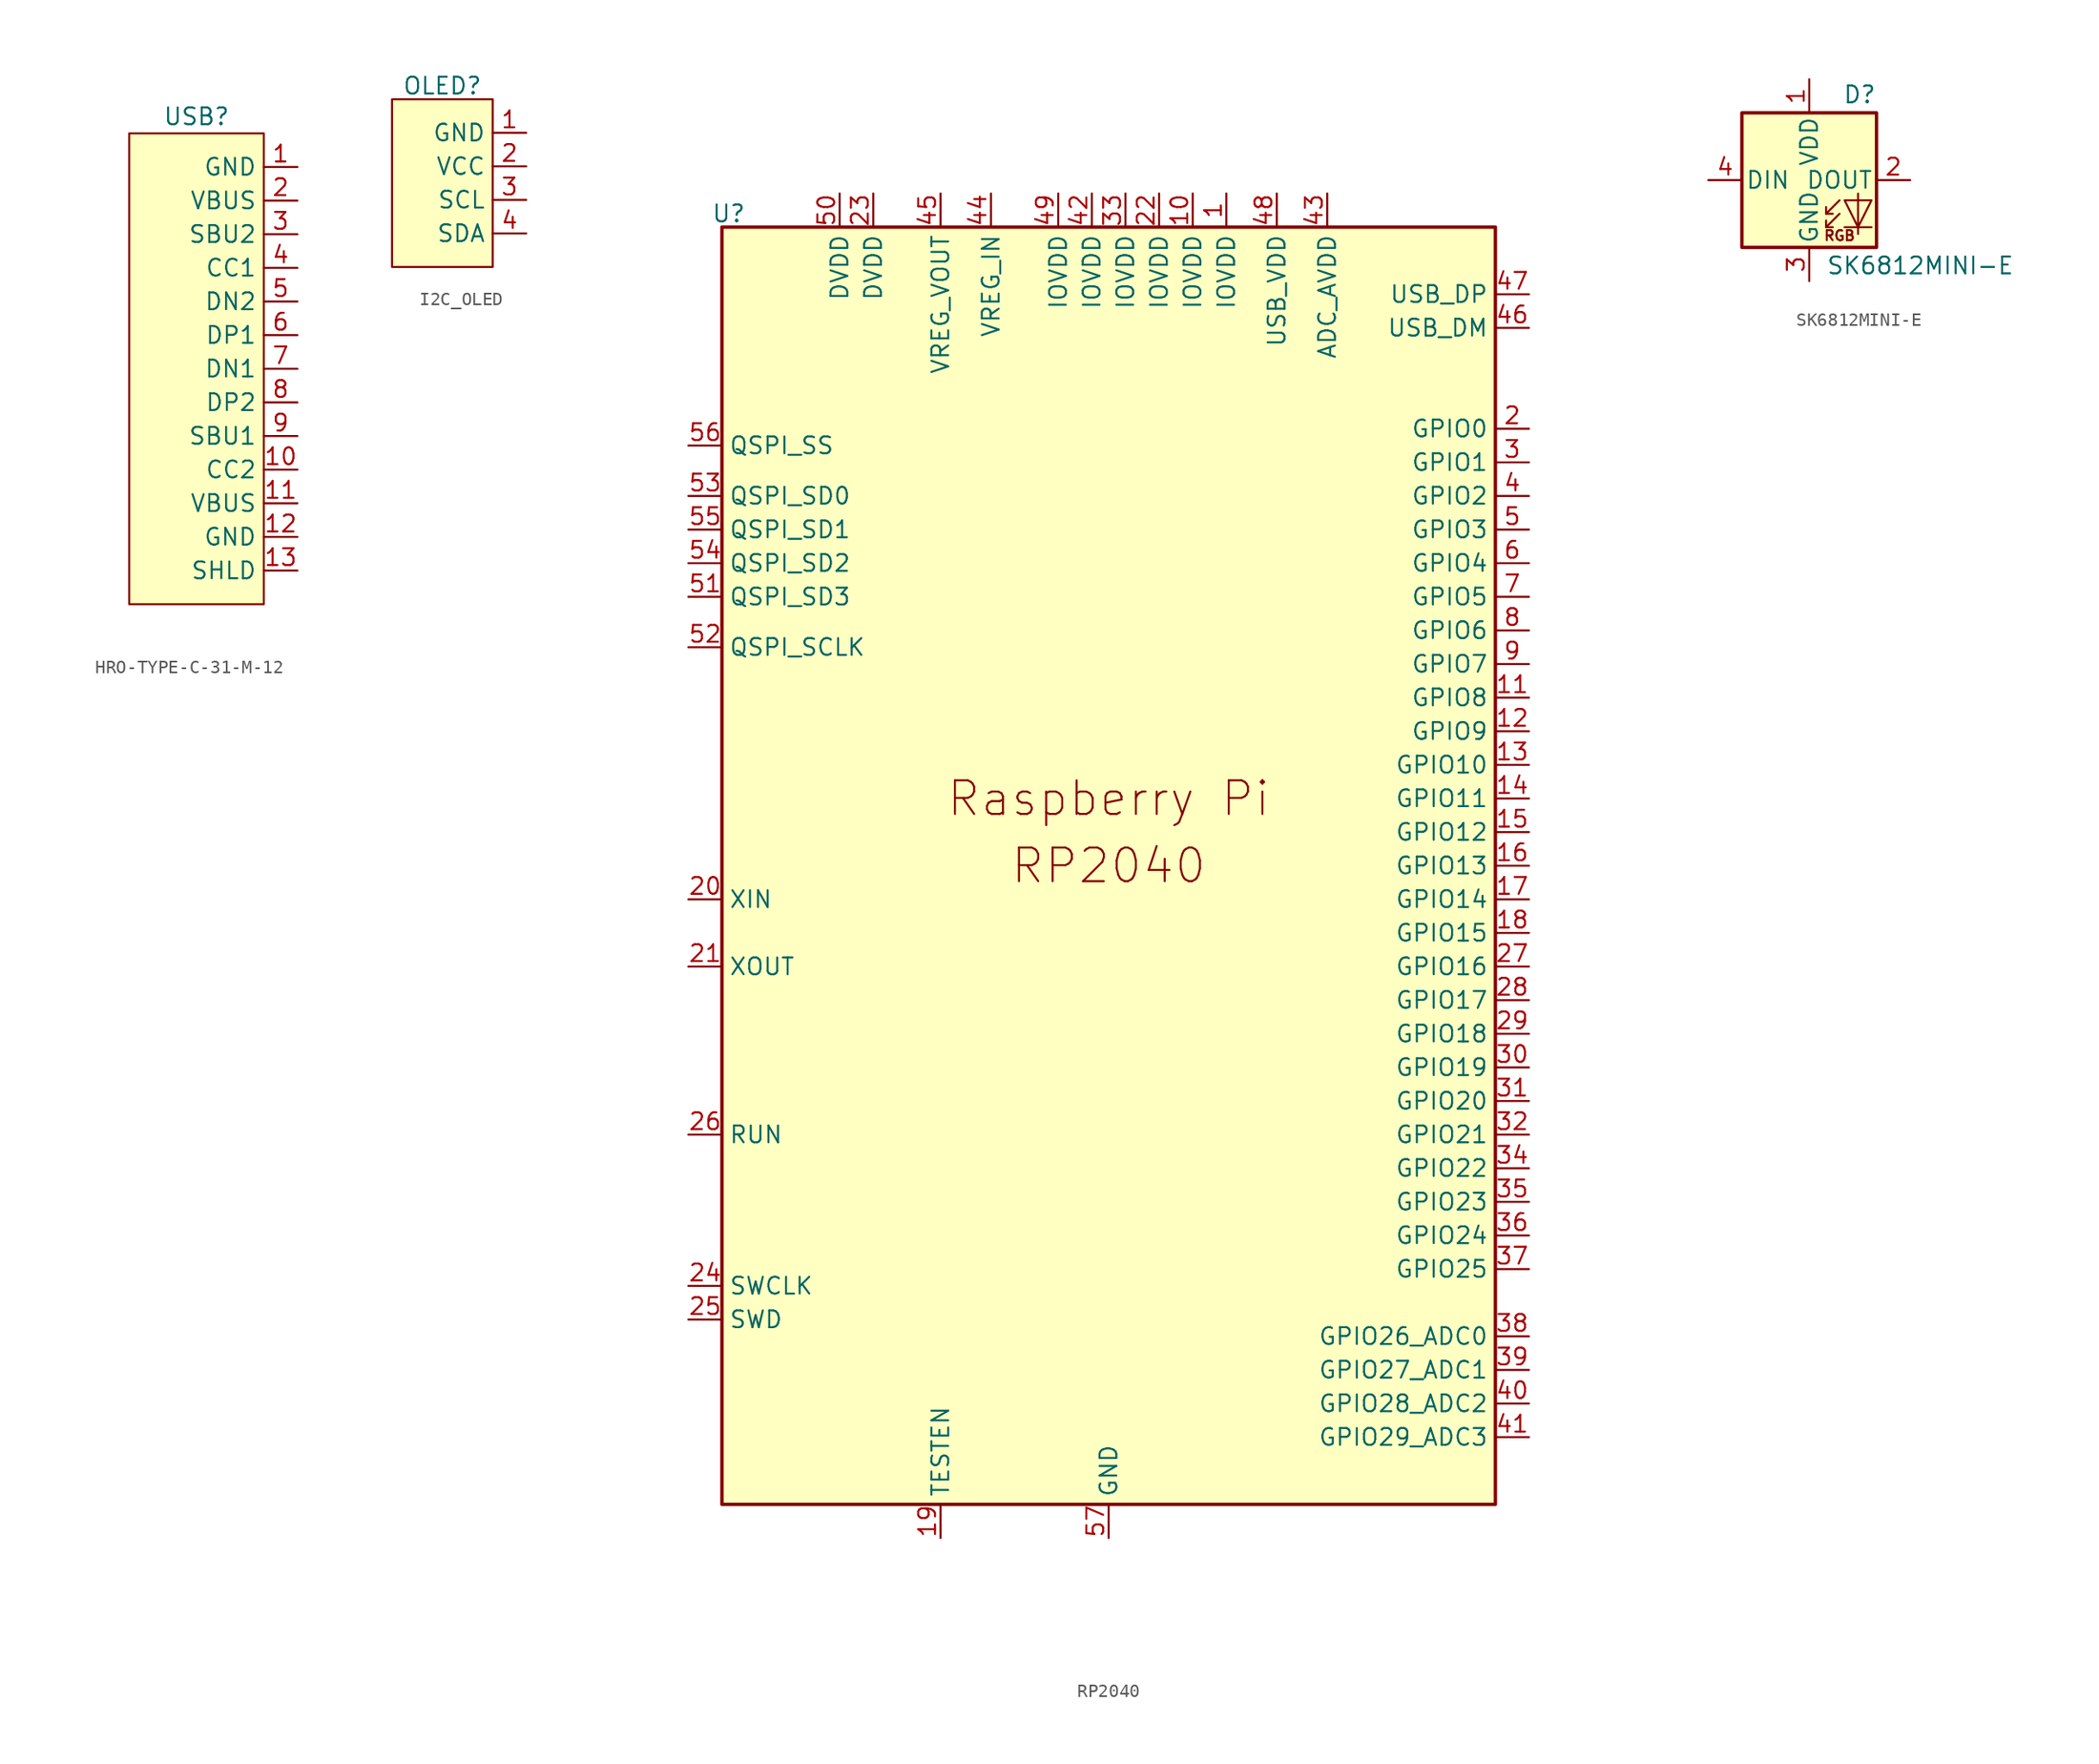
<source format=kicad_sym>
(kicad_symbol_lib
  (version 20231120)
  (generator "kicad_symbol_editor")
  (generator_version "8.0")
  (symbol "HRO-TYPE-C-31-M-12"
    (property "Reference" "USB"
      (at 0 1.27 0)
      (effects (font (size 1.27 1.27))))
    (property "Value" ""
      (at -8.89 -12.7 0)
      (effects (font (size 1.27 1.27))))
    (symbol "HRO-TYPE-C-31-M-12_1_1"
      (rectangle (start -5.08 0) (end 5.08 -35.56) (stroke (width 0) (type default)) (fill (type background)))
      (pin input line (at 7.62 -2.54 180) (length 2.54) (name "GND" (effects (font (size 1.27 1.27)))) (number "1" (effects (font (size 1.27 1.27)))))
      (pin input line (at 7.62 -25.4 180) (length 2.54) (name "CC2" (effects (font (size 1.27 1.27)))) (number "10" (effects (font (size 1.27 1.27)))))
      (pin input line (at 7.62 -27.94 180) (length 2.54) (name "VBUS" (effects (font (size 1.27 1.27)))) (number "11" (effects (font (size 1.27 1.27)))))
      (pin input line (at 7.62 -30.48 180) (length 2.54) (name "GND" (effects (font (size 1.27 1.27)))) (number "12" (effects (font (size 1.27 1.27)))))
      (pin input line (at 7.62 -33.02 180) (length 2.54) (name "SHLD" (effects (font (size 1.27 1.27)))) (number "13" (effects (font (size 1.27 1.27)))))
      (pin input line (at 7.62 -5.08 180) (length 2.54) (name "VBUS" (effects (font (size 1.27 1.27)))) (number "2" (effects (font (size 1.27 1.27)))))
      (pin input line (at 7.62 -7.62 180) (length 2.54) (name "SBU2" (effects (font (size 1.27 1.27)))) (number "3" (effects (font (size 1.27 1.27)))))
      (pin input line (at 7.62 -10.16 180) (length 2.54) (name "CC1" (effects (font (size 1.27 1.27)))) (number "4" (effects (font (size 1.27 1.27)))))
      (pin input line (at 7.62 -12.7 180) (length 2.54) (name "DN2" (effects (font (size 1.27 1.27)))) (number "5" (effects (font (size 1.27 1.27)))))
      (pin input line (at 7.62 -15.24 180) (length 2.54) (name "DP1" (effects (font (size 1.27 1.27)))) (number "6" (effects (font (size 1.27 1.27)))))
      (pin input line (at 7.62 -17.78 180) (length 2.54) (name "DN1" (effects (font (size 1.27 1.27)))) (number "7" (effects (font (size 1.27 1.27)))))
      (pin input line (at 7.62 -20.32 180) (length 2.54) (name "DP2" (effects (font (size 1.27 1.27)))) (number "8" (effects (font (size 1.27 1.27)))))
      (pin input line (at 7.62 -22.86 180) (length 2.54) (name "SBU1" (effects (font (size 1.27 1.27)))) (number "9" (effects (font (size 1.27 1.27)))))))
  (symbol "I2C_OLED"
    (property "Reference" "OLED"
      (at 0 1.016 0)
      (effects (font (size 1.27 1.27))))
    (property "Value" ""
      (at 0 0 0)
      (effects (font (size 1.27 1.27))))
    (symbol "I2C_OLED_1_1"
      (rectangle (start -3.81 0) (end 3.81 -12.7) (stroke (width 0) (type default)) (fill (type background)))
      (pin power_in line (at 6.35 -2.54 180) (length 2.54) (name "GND" (effects (font (size 1.27 1.27)))) (number "1" (effects (font (size 1.27 1.27)))))
      (pin power_in line (at 6.35 -5.08 180) (length 2.54) (name "VCC" (effects (font (size 1.27 1.27)))) (number "2" (effects (font (size 1.27 1.27)))))
      (pin input line (at 6.35 -7.62 180) (length 2.54) (name "SCL" (effects (font (size 1.27 1.27)))) (number "3" (effects (font (size 1.27 1.27)))))
      (pin input line (at 6.35 -10.16 180) (length 2.54) (name "SDA" (effects (font (size 1.27 1.27)))) (number "4" (effects (font (size 1.27 1.27)))))))
  (symbol "RP2040"
    (property "Reference" "U"
      (at -28.702 46.736 0)
      (effects (font (size 1.27 1.27))))
    (property "Value" ""
      (at 0 0 0)
      (effects (font (size 1.27 1.27))))
    (symbol "RP2040_0_0"
      (text "Raspberry Pi" (at 0 2.54 0) (effects (font (size 2.54 2.54))))
      (text "RP2040" (at 0 -2.54 0) (effects (font (size 2.54 2.54)))))
    (symbol "RP2040_0_1"
      (rectangle (start 29.21 45.72) (end -29.21 -50.8) (stroke (width 0.254) (type solid)) (fill (type background))))
    (symbol "RP2040_1_1"
      (pin power_in line (at 8.89 48.26 270) (length 2.54) (name "IOVDD" (effects (font (size 1.27 1.27)))) (number "1" (effects (font (size 1.27 1.27)))))
      (pin power_in line (at 6.35 48.26 270) (length 2.54) (name "IOVDD" (effects (font (size 1.27 1.27)))) (number "10" (effects (font (size 1.27 1.27)))))
      (pin bidirectional line (at 31.75 10.16 180) (length 2.54) (name "GPIO8" (effects (font (size 1.27 1.27)))) (number "11" (effects (font (size 1.27 1.27)))))
      (pin bidirectional line (at 31.75 7.62 180) (length 2.54) (name "GPIO9" (effects (font (size 1.27 1.27)))) (number "12" (effects (font (size 1.27 1.27)))))
      (pin bidirectional line (at 31.75 5.08 180) (length 2.54) (name "GPIO10" (effects (font (size 1.27 1.27)))) (number "13" (effects (font (size 1.27 1.27)))))
      (pin bidirectional line (at 31.75 2.54 180) (length 2.54) (name "GPIO11" (effects (font (size 1.27 1.27)))) (number "14" (effects (font (size 1.27 1.27)))))
      (pin bidirectional line (at 31.75 0 180) (length 2.54) (name "GPIO12" (effects (font (size 1.27 1.27)))) (number "15" (effects (font (size 1.27 1.27)))))
      (pin bidirectional line (at 31.75 -2.54 180) (length 2.54) (name "GPIO13" (effects (font (size 1.27 1.27)))) (number "16" (effects (font (size 1.27 1.27)))))
      (pin bidirectional line (at 31.75 -5.08 180) (length 2.54) (name "GPIO14" (effects (font (size 1.27 1.27)))) (number "17" (effects (font (size 1.27 1.27)))))
      (pin bidirectional line (at 31.75 -7.62 180) (length 2.54) (name "GPIO15" (effects (font (size 1.27 1.27)))) (number "18" (effects (font (size 1.27 1.27)))))
      (pin passive line (at -12.7 -53.34 90) (length 2.54) (name "TESTEN" (effects (font (size 1.27 1.27)))) (number "19" (effects (font (size 1.27 1.27)))))
      (pin bidirectional line (at 31.75 30.48 180) (length 2.54) (name "GPIO0" (effects (font (size 1.27 1.27)))) (number "2" (effects (font (size 1.27 1.27)))))
      (pin input line (at -31.75 -5.08 0) (length 2.54) (name "XIN" (effects (font (size 1.27 1.27)))) (number "20" (effects (font (size 1.27 1.27)))))
      (pin passive line (at -31.75 -10.16 0) (length 2.54) (name "XOUT" (effects (font (size 1.27 1.27)))) (number "21" (effects (font (size 1.27 1.27)))))
      (pin power_in line (at 3.81 48.26 270) (length 2.54) (name "IOVDD" (effects (font (size 1.27 1.27)))) (number "22" (effects (font (size 1.27 1.27)))))
      (pin power_in line (at -17.78 48.26 270) (length 2.54) (name "DVDD" (effects (font (size 1.27 1.27)))) (number "23" (effects (font (size 1.27 1.27)))))
      (pin output line (at -31.75 -34.29 0) (length 2.54) (name "SWCLK" (effects (font (size 1.27 1.27)))) (number "24" (effects (font (size 1.27 1.27)))))
      (pin bidirectional line (at -31.75 -36.83 0) (length 2.54) (name "SWD" (effects (font (size 1.27 1.27)))) (number "25" (effects (font (size 1.27 1.27)))))
      (pin input line (at -31.75 -22.86 0) (length 2.54) (name "RUN" (effects (font (size 1.27 1.27)))) (number "26" (effects (font (size 1.27 1.27)))))
      (pin bidirectional line (at 31.75 -10.16 180) (length 2.54) (name "GPIO16" (effects (font (size 1.27 1.27)))) (number "27" (effects (font (size 1.27 1.27)))))
      (pin bidirectional line (at 31.75 -12.7 180) (length 2.54) (name "GPIO17" (effects (font (size 1.27 1.27)))) (number "28" (effects (font (size 1.27 1.27)))))
      (pin bidirectional line (at 31.75 -15.24 180) (length 2.54) (name "GPIO18" (effects (font (size 1.27 1.27)))) (number "29" (effects (font (size 1.27 1.27)))))
      (pin bidirectional line (at 31.75 27.94 180) (length 2.54) (name "GPIO1" (effects (font (size 1.27 1.27)))) (number "3" (effects (font (size 1.27 1.27)))))
      (pin bidirectional line (at 31.75 -17.78 180) (length 2.54) (name "GPIO19" (effects (font (size 1.27 1.27)))) (number "30" (effects (font (size 1.27 1.27)))))
      (pin bidirectional line (at 31.75 -20.32 180) (length 2.54) (name "GPIO20" (effects (font (size 1.27 1.27)))) (number "31" (effects (font (size 1.27 1.27)))))
      (pin bidirectional line (at 31.75 -22.86 180) (length 2.54) (name "GPIO21" (effects (font (size 1.27 1.27)))) (number "32" (effects (font (size 1.27 1.27)))))
      (pin power_in line (at 1.27 48.26 270) (length 2.54) (name "IOVDD" (effects (font (size 1.27 1.27)))) (number "33" (effects (font (size 1.27 1.27)))))
      (pin bidirectional line (at 31.75 -25.4 180) (length 2.54) (name "GPIO22" (effects (font (size 1.27 1.27)))) (number "34" (effects (font (size 1.27 1.27)))))
      (pin bidirectional line (at 31.75 -27.94 180) (length 2.54) (name "GPIO23" (effects (font (size 1.27 1.27)))) (number "35" (effects (font (size 1.27 1.27)))))
      (pin bidirectional line (at 31.75 -30.48 180) (length 2.54) (name "GPIO24" (effects (font (size 1.27 1.27)))) (number "36" (effects (font (size 1.27 1.27)))))
      (pin bidirectional line (at 31.75 -33.02 180) (length 2.54) (name "GPIO25" (effects (font (size 1.27 1.27)))) (number "37" (effects (font (size 1.27 1.27)))))
      (pin bidirectional line (at 31.75 -38.1 180) (length 2.54) (name "GPIO26_ADC0" (effects (font (size 1.27 1.27)))) (number "38" (effects (font (size 1.27 1.27)))))
      (pin bidirectional line (at 31.75 -40.64 180) (length 2.54) (name "GPIO27_ADC1" (effects (font (size 1.27 1.27)))) (number "39" (effects (font (size 1.27 1.27)))))
      (pin bidirectional line (at 31.75 25.4 180) (length 2.54) (name "GPIO2" (effects (font (size 1.27 1.27)))) (number "4" (effects (font (size 1.27 1.27)))))
      (pin bidirectional line (at 31.75 -43.18 180) (length 2.54) (name "GPIO28_ADC2" (effects (font (size 1.27 1.27)))) (number "40" (effects (font (size 1.27 1.27)))))
      (pin bidirectional line (at 31.75 -45.72 180) (length 2.54) (name "GPIO29_ADC3" (effects (font (size 1.27 1.27)))) (number "41" (effects (font (size 1.27 1.27)))))
      (pin power_in line (at -1.27 48.26 270) (length 2.54) (name "IOVDD" (effects (font (size 1.27 1.27)))) (number "42" (effects (font (size 1.27 1.27)))))
      (pin power_in line (at 16.51 48.26 270) (length 2.54) (name "ADC_AVDD" (effects (font (size 1.27 1.27)))) (number "43" (effects (font (size 1.27 1.27)))))
      (pin power_in line (at -8.89 48.26 270) (length 2.54) (name "VREG_IN" (effects (font (size 1.27 1.27)))) (number "44" (effects (font (size 1.27 1.27)))))
      (pin power_out line (at -12.7 48.26 270) (length 2.54) (name "VREG_VOUT" (effects (font (size 1.27 1.27)))) (number "45" (effects (font (size 1.27 1.27)))))
      (pin bidirectional line (at 31.75 38.1 180) (length 2.54) (name "USB_DM" (effects (font (size 1.27 1.27)))) (number "46" (effects (font (size 1.27 1.27)))))
      (pin bidirectional line (at 31.75 40.64 180) (length 2.54) (name "USB_DP" (effects (font (size 1.27 1.27)))) (number "47" (effects (font (size 1.27 1.27)))))
      (pin power_in line (at 12.7 48.26 270) (length 2.54) (name "USB_VDD" (effects (font (size 1.27 1.27)))) (number "48" (effects (font (size 1.27 1.27)))))
      (pin power_in line (at -3.81 48.26 270) (length 2.54) (name "IOVDD" (effects (font (size 1.27 1.27)))) (number "49" (effects (font (size 1.27 1.27)))))
      (pin bidirectional line (at 31.75 22.86 180) (length 2.54) (name "GPIO3" (effects (font (size 1.27 1.27)))) (number "5" (effects (font (size 1.27 1.27)))))
      (pin power_in line (at -20.32 48.26 270) (length 2.54) (name "DVDD" (effects (font (size 1.27 1.27)))) (number "50" (effects (font (size 1.27 1.27)))))
      (pin bidirectional line (at -31.75 17.78 0) (length 2.54) (name "QSPI_SD3" (effects (font (size 1.27 1.27)))) (number "51" (effects (font (size 1.27 1.27)))))
      (pin output line (at -31.75 13.97 0) (length 2.54) (name "QSPI_SCLK" (effects (font (size 1.27 1.27)))) (number "52" (effects (font (size 1.27 1.27)))))
      (pin bidirectional line (at -31.75 25.4 0) (length 2.54) (name "QSPI_SD0" (effects (font (size 1.27 1.27)))) (number "53" (effects (font (size 1.27 1.27)))))
      (pin bidirectional line (at -31.75 20.32 0) (length 2.54) (name "QSPI_SD2" (effects (font (size 1.27 1.27)))) (number "54" (effects (font (size 1.27 1.27)))))
      (pin bidirectional line (at -31.75 22.86 0) (length 2.54) (name "QSPI_SD1" (effects (font (size 1.27 1.27)))) (number "55" (effects (font (size 1.27 1.27)))))
      (pin bidirectional line (at -31.75 29.21 0) (length 2.54) (name "QSPI_SS" (effects (font (size 1.27 1.27)))) (number "56" (effects (font (size 1.27 1.27)))))
      (pin power_in line (at 0 -53.34 90) (length 2.54) (name "GND" (effects (font (size 1.27 1.27)))) (number "57" (effects (font (size 1.27 1.27)))))
      (pin bidirectional line (at 31.75 20.32 180) (length 2.54) (name "GPIO4" (effects (font (size 1.27 1.27)))) (number "6" (effects (font (size 1.27 1.27)))))
      (pin bidirectional line (at 31.75 17.78 180) (length 2.54) (name "GPIO5" (effects (font (size 1.27 1.27)))) (number "7" (effects (font (size 1.27 1.27)))))
      (pin bidirectional line (at 31.75 15.24 180) (length 2.54) (name "GPIO6" (effects (font (size 1.27 1.27)))) (number "8" (effects (font (size 1.27 1.27)))))
      (pin bidirectional line (at 31.75 12.7 180) (length 2.54) (name "GPIO7" (effects (font (size 1.27 1.27)))) (number "9" (effects (font (size 1.27 1.27)))))))
  (symbol "SK6812MINI-E"
    (pin_names
      (offset 0.254))
    (property "Reference" "D"
      (at 5.08 5.715 0)
      (effects (font (size 1.27 1.27)) (justify right bottom)))
    (property "Value" "SK6812MINI-E"
      (at 1.27 -5.715 0)
      (effects (font (size 1.27 1.27)) (justify left top)))
    (symbol "SK6812MINI-E_0_0"
      (text "RGB" (at 2.286 -4.191 0) (effects (font (size 0.762 0.762)))))
    (symbol "SK6812MINI-E_0_1"
      (rectangle (start -5.08 5.08) (end 5.08 -5.08) (stroke (width 0.254) (type default)) (fill (type background)))
      (polyline (pts (xy 1.27 -3.556) (xy 1.778 -3.556)) (stroke (width 0) (type default)) (fill (type none)))
      (polyline (pts (xy 1.27 -2.54) (xy 1.778 -2.54)) (stroke (width 0) (type default)) (fill (type none)))
      (polyline (pts (xy 4.699 -3.556) (xy 2.667 -3.556)) (stroke (width 0) (type default)) (fill (type none)))
      (polyline (pts (xy 2.286 -2.54) (xy 1.27 -3.556) (xy 1.27 -3.048)) (stroke (width 0) (type default)) (fill (type none)))
      (polyline (pts (xy 2.286 -1.524) (xy 1.27 -2.54) (xy 1.27 -2.032)) (stroke (width 0) (type default)) (fill (type none)))
      (polyline (pts (xy 3.683 -1.016) (xy 3.683 -3.556) (xy 3.683 -4.064)) (stroke (width 0) (type default)) (fill (type none)))
      (polyline (pts (xy 4.699 -1.524) (xy 2.667 -1.524) (xy 3.683 -3.556) (xy 4.699 -1.524)) (stroke (width 0) (type default)) (fill (type none))))
    (symbol "SK6812MINI-E_1_1"
      (pin power_in line (at 0 7.62 270) (length 2.54) (name "VDD" (effects (font (size 1.27 1.27)))) (number "1" (effects (font (size 1.27 1.27)))))
      (pin output line (at 7.62 0 180) (length 2.54) (name "DOUT" (effects (font (size 1.27 1.27)))) (number "2" (effects (font (size 1.27 1.27)))))
      (pin power_in line (at 0 -7.62 90) (length 2.54) (name "GND" (effects (font (size 1.27 1.27)))) (number "3" (effects (font (size 1.27 1.27)))))
      (pin input line (at -7.62 0 0) (length 2.54) (name "DIN" (effects (font (size 1.27 1.27)))) (number "4" (effects (font (size 1.27 1.27))))))))
</source>
